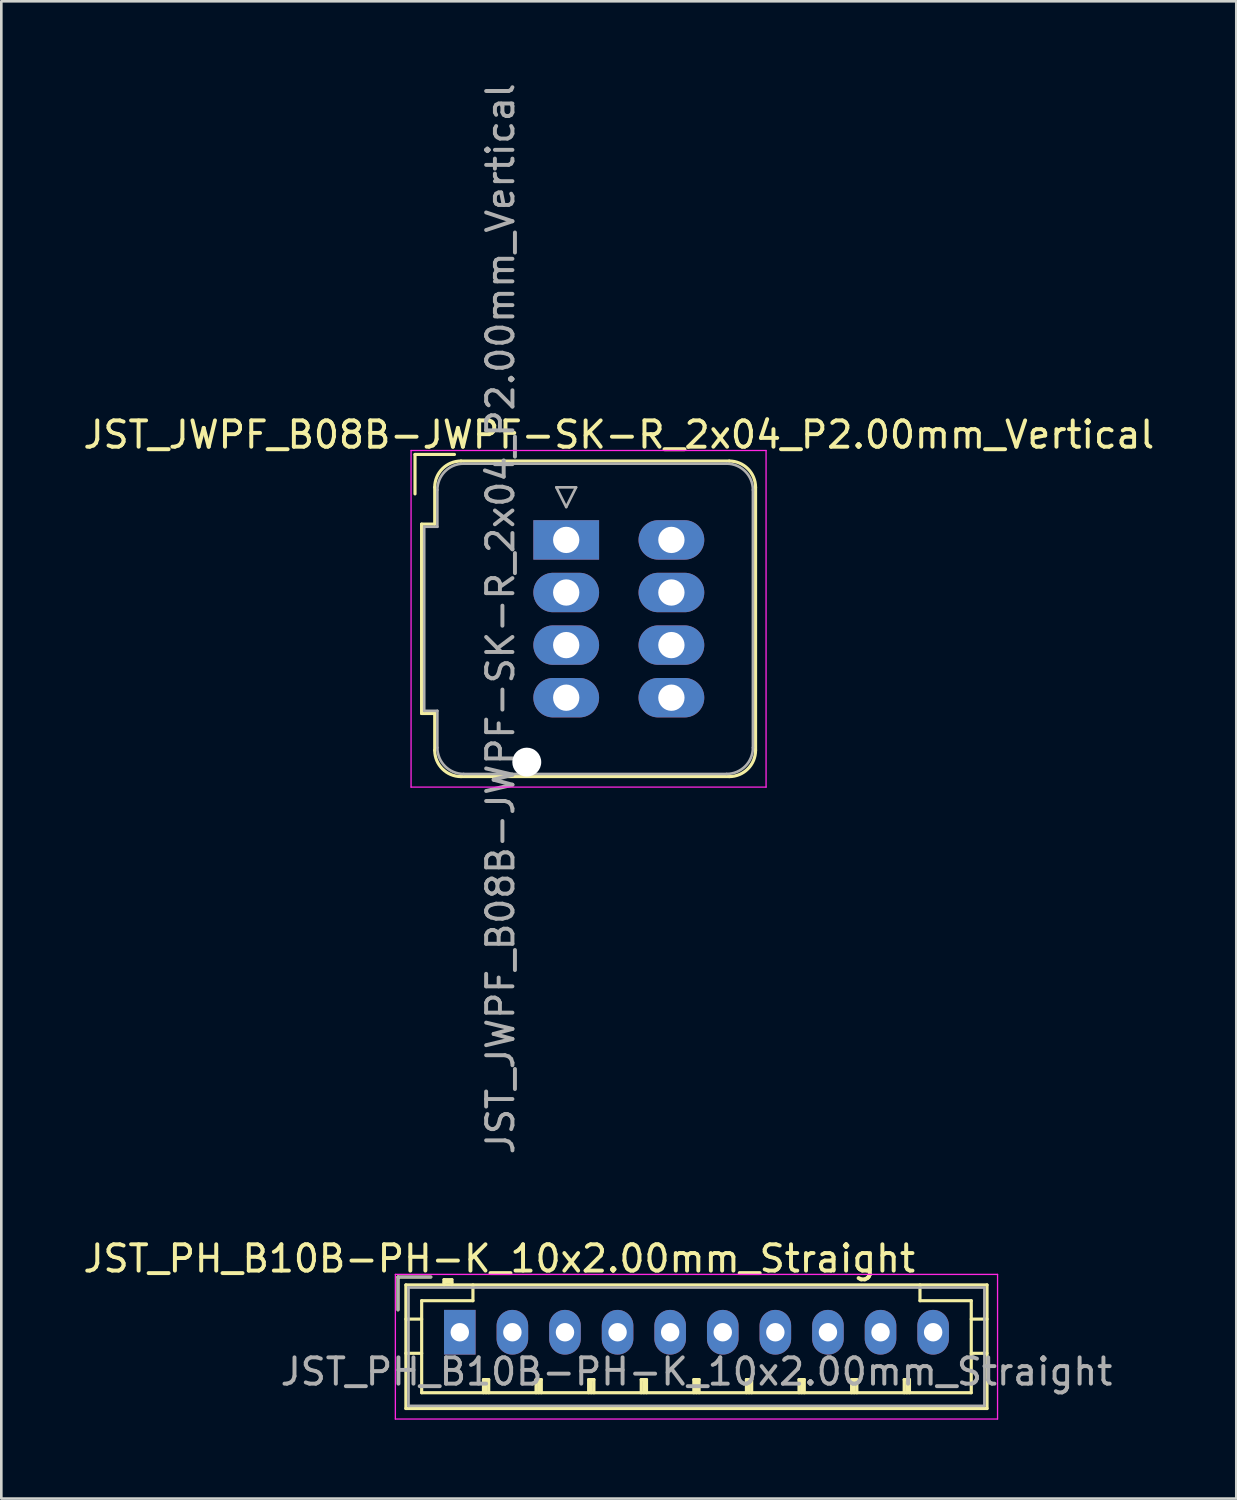
<source format=kicad_pcb>
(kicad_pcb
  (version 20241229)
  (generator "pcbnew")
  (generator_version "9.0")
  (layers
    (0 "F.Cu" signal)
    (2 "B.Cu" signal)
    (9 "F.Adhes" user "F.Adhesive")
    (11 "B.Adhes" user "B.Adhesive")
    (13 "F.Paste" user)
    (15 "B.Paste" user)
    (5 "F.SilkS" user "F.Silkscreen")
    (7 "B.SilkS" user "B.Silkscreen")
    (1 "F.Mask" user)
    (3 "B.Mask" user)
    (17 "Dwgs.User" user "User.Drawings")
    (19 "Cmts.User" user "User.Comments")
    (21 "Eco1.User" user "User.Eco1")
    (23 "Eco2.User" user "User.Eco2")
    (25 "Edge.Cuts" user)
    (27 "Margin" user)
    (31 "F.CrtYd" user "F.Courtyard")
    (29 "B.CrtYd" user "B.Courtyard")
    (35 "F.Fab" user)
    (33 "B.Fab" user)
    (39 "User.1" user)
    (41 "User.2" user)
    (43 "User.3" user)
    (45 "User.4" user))
  (footprint "JST_PH_B10B-PH-K_10x2.00mm_Straight"
    (layer "F.Cu")
    (at 14.435 47.613)
    (property "Reference" "JST_PH_B10B-PH-K_10x2.00mm_Straight" (at 1.5 -2.8 0) (layer "F.SilkS") (effects (font (size 1 1) (thickness 0.15))))
    (attr through_hole)
    (fp_line (start -2.35 -2.1) (end -2.35 -0.85) (stroke (width 0.12) (type solid)) (layer "F.SilkS"))
    (fp_line (start -2.05 -1.8) (end -2.05 2.9) (stroke (width 0.12) (type solid)) (layer "F.SilkS"))
    (fp_line (start -2.05 -0.5) (end -1.45 -0.5) (stroke (width 0.12) (type solid)) (layer "F.SilkS"))
    (fp_line (start -2.05 0.8) (end -1.45 0.8) (stroke (width 0.12) (type solid)) (layer "F.SilkS"))
    (fp_line (start -2.05 2.9) (end 20.05 2.9) (stroke (width 0.12) (type solid)) (layer "F.SilkS"))
    (fp_line (start -1.45 -1.2) (end -1.45 2.3) (stroke (width 0.12) (type solid)) (layer "F.SilkS"))
    (fp_line (start -1.45 2.3) (end 19.45 2.3) (stroke (width 0.12) (type solid)) (layer "F.SilkS"))
    (fp_line (start -1.1 -2.1) (end -2.35 -2.1) (stroke (width 0.12) (type solid)) (layer "F.SilkS"))
    (fp_line (start -0.6 -2) (end -0.6 -1.8) (stroke (width 0.12) (type solid)) (layer "F.SilkS"))
    (fp_line (start -0.3 -2) (end -0.6 -2) (stroke (width 0.12) (type solid)) (layer "F.SilkS"))
    (fp_line (start -0.3 -1.9) (end -0.6 -1.9) (stroke (width 0.12) (type solid)) (layer "F.SilkS"))
    (fp_line (start -0.3 -1.8) (end -0.3 -2) (stroke (width 0.12) (type solid)) (layer "F.SilkS"))
    (fp_line (start 0.5 -1.8) (end 0.5 -1.2) (stroke (width 0.12) (type solid)) (layer "F.SilkS"))
    (fp_line (start 0.5 -1.2) (end -1.45 -1.2) (stroke (width 0.12) (type solid)) (layer "F.SilkS"))
    (fp_line (start 0.9 1.8) (end 1.1 1.8) (stroke (width 0.12) (type solid)) (layer "F.SilkS"))
    (fp_line (start 0.9 2.3) (end 0.9 1.8) (stroke (width 0.12) (type solid)) (layer "F.SilkS"))
    (fp_line (start 1 2.3) (end 1 1.8) (stroke (width 0.12) (type solid)) (layer "F.SilkS"))
    (fp_line (start 1.1 1.8) (end 1.1 2.3) (stroke (width 0.12) (type solid)) (layer "F.SilkS"))
    (fp_line (start 2.9 1.8) (end 3.1 1.8) (stroke (width 0.12) (type solid)) (layer "F.SilkS"))
    (fp_line (start 2.9 2.3) (end 2.9 1.8) (stroke (width 0.12) (type solid)) (layer "F.SilkS"))
    (fp_line (start 3 2.3) (end 3 1.8) (stroke (width 0.12) (type solid)) (layer "F.SilkS"))
    (fp_line (start 3.1 1.8) (end 3.1 2.3) (stroke (width 0.12) (type solid)) (layer "F.SilkS"))
    (fp_line (start 4.9 1.8) (end 5.1 1.8) (stroke (width 0.12) (type solid)) (layer "F.SilkS"))
    (fp_line (start 4.9 2.3) (end 4.9 1.8) (stroke (width 0.12) (type solid)) (layer "F.SilkS"))
    (fp_line (start 5 2.3) (end 5 1.8) (stroke (width 0.12) (type solid)) (layer "F.SilkS"))
    (fp_line (start 5.1 1.8) (end 5.1 2.3) (stroke (width 0.12) (type solid)) (layer "F.SilkS"))
    (fp_line (start 6.9 1.8) (end 7.1 1.8) (stroke (width 0.12) (type solid)) (layer "F.SilkS"))
    (fp_line (start 6.9 2.3) (end 6.9 1.8) (stroke (width 0.12) (type solid)) (layer "F.SilkS"))
    (fp_line (start 7 2.3) (end 7 1.8) (stroke (width 0.12) (type solid)) (layer "F.SilkS"))
    (fp_line (start 7.1 1.8) (end 7.1 2.3) (stroke (width 0.12) (type solid)) (layer "F.SilkS"))
    (fp_line (start 8.9 1.8) (end 9.1 1.8) (stroke (width 0.12) (type solid)) (layer "F.SilkS"))
    (fp_line (start 8.9 2.3) (end 8.9 1.8) (stroke (width 0.12) (type solid)) (layer "F.SilkS"))
    (fp_line (start 9 2.3) (end 9 1.8) (stroke (width 0.12) (type solid)) (layer "F.SilkS"))
    (fp_line (start 9.1 1.8) (end 9.1 2.3) (stroke (width 0.12) (type solid)) (layer "F.SilkS"))
    (fp_line (start 10.9 1.8) (end 11.1 1.8) (stroke (width 0.12) (type solid)) (layer "F.SilkS"))
    (fp_line (start 10.9 2.3) (end 10.9 1.8) (stroke (width 0.12) (type solid)) (layer "F.SilkS"))
    (fp_line (start 11 2.3) (end 11 1.8) (stroke (width 0.12) (type solid)) (layer "F.SilkS"))
    (fp_line (start 11.1 1.8) (end 11.1 2.3) (stroke (width 0.12) (type solid)) (layer "F.SilkS"))
    (fp_line (start 12.9 1.8) (end 13.1 1.8) (stroke (width 0.12) (type solid)) (layer "F.SilkS"))
    (fp_line (start 12.9 2.3) (end 12.9 1.8) (stroke (width 0.12) (type solid)) (layer "F.SilkS"))
    (fp_line (start 13 2.3) (end 13 1.8) (stroke (width 0.12) (type solid)) (layer "F.SilkS"))
    (fp_line (start 13.1 1.8) (end 13.1 2.3) (stroke (width 0.12) (type solid)) (layer "F.SilkS"))
    (fp_line (start 14.9 1.8) (end 15.1 1.8) (stroke (width 0.12) (type solid)) (layer "F.SilkS"))
    (fp_line (start 14.9 2.3) (end 14.9 1.8) (stroke (width 0.12) (type solid)) (layer "F.SilkS"))
    (fp_line (start 15 2.3) (end 15 1.8) (stroke (width 0.12) (type solid)) (layer "F.SilkS"))
    (fp_line (start 15.1 1.8) (end 15.1 2.3) (stroke (width 0.12) (type solid)) (layer "F.SilkS"))
    (fp_line (start 16.9 1.8) (end 17.1 1.8) (stroke (width 0.12) (type solid)) (layer "F.SilkS"))
    (fp_line (start 16.9 2.3) (end 16.9 1.8) (stroke (width 0.12) (type solid)) (layer "F.SilkS"))
    (fp_line (start 17 2.3) (end 17 1.8) (stroke (width 0.12) (type solid)) (layer "F.SilkS"))
    (fp_line (start 17.1 1.8) (end 17.1 2.3) (stroke (width 0.12) (type solid)) (layer "F.SilkS"))
    (fp_line (start 17.5 -1.2) (end 17.5 -1.8) (stroke (width 0.12) (type solid)) (layer "F.SilkS"))
    (fp_line (start 19.45 -1.2) (end 17.5 -1.2) (stroke (width 0.12) (type solid)) (layer "F.SilkS"))
    (fp_line (start 19.45 2.3) (end 19.45 -1.2) (stroke (width 0.12) (type solid)) (layer "F.SilkS"))
    (fp_line (start 20.05 -1.8) (end -2.05 -1.8) (stroke (width 0.12) (type solid)) (layer "F.SilkS"))
    (fp_line (start 20.05 -0.5) (end 19.45 -0.5) (stroke (width 0.12) (type solid)) (layer "F.SilkS"))
    (fp_line (start 20.05 0.8) (end 19.45 0.8) (stroke (width 0.12) (type solid)) (layer "F.SilkS"))
    (fp_line (start 20.05 2.9) (end 20.05 -1.8) (stroke (width 0.12) (type solid)) (layer "F.SilkS"))
    (fp_line (start -2.45 -2.2) (end -2.45 3.3) (stroke (width 0.05) (type solid)) (layer "F.CrtYd"))
    (fp_line (start -2.45 3.3) (end 20.45 3.3) (stroke (width 0.05) (type solid)) (layer "F.CrtYd"))
    (fp_line (start 20.45 -2.2) (end -2.45 -2.2) (stroke (width 0.05) (type solid)) (layer "F.CrtYd"))
    (fp_line (start 20.45 3.3) (end 20.45 -2.2) (stroke (width 0.05) (type solid)) (layer "F.CrtYd"))
    (fp_line (start -2.35 -2.1) (end -2.35 -0.85) (stroke (width 0.1) (type solid)) (layer "F.Fab"))
    (fp_line (start -1.95 -1.7) (end -1.95 2.8) (stroke (width 0.1) (type solid)) (layer "F.Fab"))
    (fp_line (start -1.95 2.8) (end 19.95 2.8) (stroke (width 0.1) (type solid)) (layer "F.Fab"))
    (fp_line (start -1.1 -2.1) (end -2.35 -2.1) (stroke (width 0.1) (type solid)) (layer "F.Fab"))
    (fp_line (start 19.95 -1.7) (end -1.95 -1.7) (stroke (width 0.1) (type solid)) (layer "F.Fab"))
    (fp_line (start 19.95 2.8) (end 19.95 -1.7) (stroke (width 0.1) (type solid)) (layer "F.Fab"))
    (fp_text user "${REFERENCE}" (at 9 1.5 0) (layer "F.Fab") (effects (font (size 1 1) (thickness 0.15))))
    (pad "1" thru_hole rect (at 0 0) (size 1.2 1.7) (drill 0.7) (layers "*.Cu" "*.Mask"))
    (pad "2" thru_hole oval (at 2 0) (size 1.2 1.7) (drill 0.7) (layers "*.Cu" "*.Mask"))
    (pad "3" thru_hole oval (at 4 0) (size 1.2 1.7) (drill 0.7) (layers "*.Cu" "*.Mask"))
    (pad "4" thru_hole oval (at 6 0) (size 1.2 1.7) (drill 0.7) (layers "*.Cu" "*.Mask"))
    (pad "5" thru_hole oval (at 8 0) (size 1.2 1.7) (drill 0.7) (layers "*.Cu" "*.Mask"))
    (pad "6" thru_hole oval (at 10 0) (size 1.2 1.7) (drill 0.7) (layers "*.Cu" "*.Mask"))
    (pad "7" thru_hole oval (at 12 0) (size 1.2 1.7) (drill 0.7) (layers "*.Cu" "*.Mask"))
    (pad "8" thru_hole oval (at 14 0) (size 1.2 1.7) (drill 0.7) (layers "*.Cu" "*.Mask"))
    (pad "9" thru_hole oval (at 16 0) (size 1.2 1.7) (drill 0.7) (layers "*.Cu" "*.Mask"))
    (pad "10" thru_hole oval (at 18 0) (size 1.2 1.7) (drill 0.7) (layers "*.Cu" "*.Mask")))
  (footprint "JST_JWPF_B08B-JWPF-SK-R_2x04_P2.00mm_Vertical"
    (layer "F.Cu")
    (at 18.482 17.482)
    (property "Reference" "JST_JWPF_B08B-JWPF-SK-R_2x04_P2.00mm_Vertical" (at 2 -4 0) (layer "F.SilkS") (effects (font (size 1 1) (thickness 0.15))))
    (attr through_hole)
    (fp_line (start -5.75 -3.25) (end -4.25 -3.25) (stroke (width 0.12) (type solid)) (layer "F.SilkS"))
    (fp_line (start -5.75 -1.75) (end -5.75 -3.25) (stroke (width 0.12) (type solid)) (layer "F.SilkS"))
    (fp_line (start -5.5 -0.6) (end -5.5 6.6) (stroke (width 0.12) (type solid)) (layer "F.SilkS"))
    (fp_line (start -5.5 6.6) (end -5 6.6) (stroke (width 0.12) (type solid)) (layer "F.SilkS"))
    (fp_line (start -5 -2) (end -5 -0.6) (stroke (width 0.12) (type solid)) (layer "F.SilkS"))
    (fp_line (start -5 -0.6) (end -5.5 -0.6) (stroke (width 0.12) (type solid)) (layer "F.SilkS"))
    (fp_line (start -5 6.6) (end -5 8) (stroke (width 0.12) (type solid)) (layer "F.SilkS"))
    (fp_line (start -4 -3) (end 6.2 -3) (stroke (width 0.12) (type solid)) (layer "F.SilkS"))
    (fp_line (start -4 9) (end 6.2 9) (stroke (width 0.12) (type solid)) (layer "F.SilkS"))
    (fp_line (start 7.2 -2) (end 7.2 8) (stroke (width 0.12) (type solid)) (layer "F.SilkS"))
    (fp_arc (start -5 -2) (mid -4.707107 -2.707107) (end -4 -3) (stroke (width 0.12) (type solid)) (layer "F.SilkS"))
    (fp_arc (start -4 9) (mid -4.707107 8.707107) (end -5 8) (stroke (width 0.12) (type solid)) (layer "F.SilkS"))
    (fp_arc (start 6.2 -3) (mid 6.907107 -2.707107) (end 7.2 -2) (stroke (width 0.12) (type solid)) (layer "F.SilkS"))
    (fp_arc (start 7.2 8) (mid 6.907107 8.707107) (end 6.2 9) (stroke (width 0.12) (type solid)) (layer "F.SilkS"))
    (fp_line (start -5.9 -3.4) (end -5.9 9.4) (stroke (width 0.05) (type solid)) (layer "F.CrtYd"))
    (fp_line (start -5.9 9.4) (end 7.6 9.4) (stroke (width 0.05) (type solid)) (layer "F.CrtYd"))
    (fp_line (start 7.6 -3.4) (end -5.9 -3.4) (stroke (width 0.05) (type solid)) (layer "F.CrtYd"))
    (fp_line (start 7.6 9.4) (end 7.6 -3.4) (stroke (width 0.05) (type solid)) (layer "F.CrtYd"))
    (fp_line (start -5.4 -0.5) (end -5.4 6.5) (stroke (width 0.1) (type solid)) (layer "F.Fab"))
    (fp_line (start -5.4 6.5) (end -4.9 6.5) (stroke (width 0.1) (type solid)) (layer "F.Fab"))
    (fp_line (start -4.9 -1.9) (end -4.9 -0.5) (stroke (width 0.1) (type solid)) (layer "F.Fab"))
    (fp_line (start -4.9 -0.5) (end -5.4 -0.5) (stroke (width 0.1) (type solid)) (layer "F.Fab"))
    (fp_line (start -4.9 6.5) (end -4.9 7.9) (stroke (width 0.1) (type solid)) (layer "F.Fab"))
    (fp_line (start -3.9 -2.9) (end 6.1 -2.9) (stroke (width 0.1) (type solid)) (layer "F.Fab"))
    (fp_line (start -3.9 8.9) (end 6.1 8.9) (stroke (width 0.1) (type solid)) (layer "F.Fab"))
    (fp_line (start -0.375 -2) (end 0.375 -2) (stroke (width 0.1) (type solid)) (layer "F.Fab"))
    (fp_line (start 0 -1.25) (end -0.375 -2) (stroke (width 0.1) (type solid)) (layer "F.Fab"))
    (fp_line (start 0.375 -2) (end 0 -1.25) (stroke (width 0.1) (type solid)) (layer "F.Fab"))
    (fp_line (start 7.1 -1.9) (end 7.1 7.9) (stroke (width 0.1) (type solid)) (layer "F.Fab"))
    (fp_arc (start -4.9 -1.9) (mid -4.607107 -2.607107) (end -3.9 -2.9) (stroke (width 0.1) (type solid)) (layer "F.Fab"))
    (fp_arc (start -3.9 8.9) (mid -4.607107 8.607107) (end -4.9 7.9) (stroke (width 0.1) (type solid)) (layer "F.Fab"))
    (fp_arc (start 6.1 -2.9) (mid 6.807107 -2.607107) (end 7.1 -1.9) (stroke (width 0.1) (type solid)) (layer "F.Fab"))
    (fp_arc (start 7.1 7.9) (mid 6.807107 8.607107) (end 6.1 8.9) (stroke (width 0.1) (type solid)) (layer "F.Fab"))
    (fp_text user "${REFERENCE}" (at -2.5 3 90) (layer "F.Fab") (effects (font (size 1 1) (thickness 0.15))))
    (pad "" np_thru_hole circle (at -1.5 8.45) (size 1.1 1.1) (drill 1.1) (layers "*.Cu" "*.Mask"))
    (pad "1" thru_hole rect (at 0 0) (size 2.5 1.5) (drill 1) (layers "*.Cu" "*.Mask"))
    (pad "2" thru_hole oval (at 0 2) (size 2.5 1.5) (drill 1) (layers "*.Cu" "*.Mask"))
    (pad "3" thru_hole oval (at 0 4) (size 2.5 1.5) (drill 1) (layers "*.Cu" "*.Mask"))
    (pad "4" thru_hole oval (at 0 6) (size 2.5 1.5) (drill 1) (layers "*.Cu" "*.Mask"))
    (pad "5" thru_hole oval (at 4 0) (size 2.5 1.5) (drill 1) (layers "*.Cu" "*.Mask"))
    (pad "6" thru_hole oval (at 4 2) (size 2.5 1.5) (drill 1) (layers "*.Cu" "*.Mask"))
    (pad "7" thru_hole oval (at 4 4) (size 2.5 1.5) (drill 1) (layers "*.Cu" "*.Mask"))
    (pad "8" thru_hole oval (at 4 6) (size 2.5 1.5) (drill 1) (layers "*.Cu" "*.Mask")))
  (gr_rect
    (start -3 -3)
    (end 43.964 53.938)
    (stroke (width 0.1) (type default))
    (fill no)
    (layer "Edge.Cuts")))
</source>
